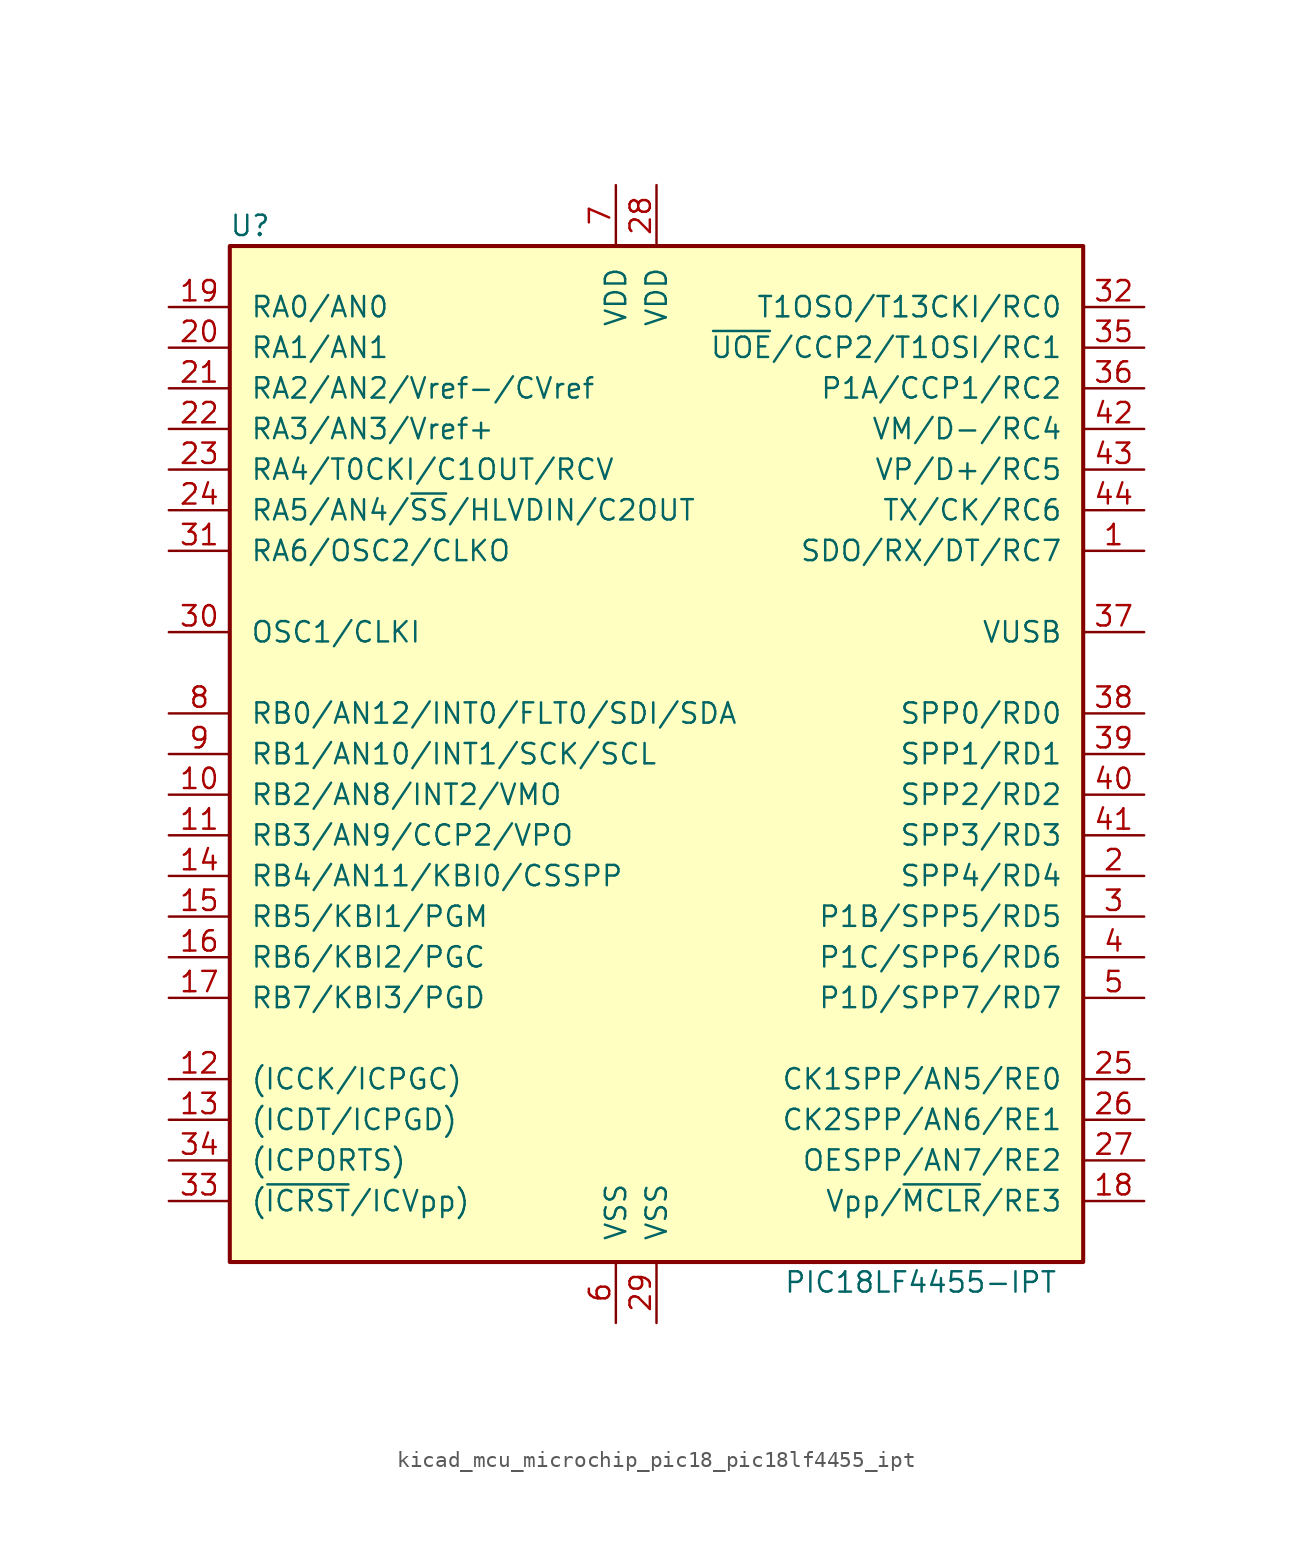
<source format=kicad_sym>
(kicad_symbol_lib
  (version 20220914)
  (generator kicad_symbol_editor)
  (symbol "kicad_mcu_microchip_pic18_pic18lf4455_ipt"
    (pin_names
      (offset 1.27))
    (property "Reference" "U"
      (at -25.4 33.02 0)
      (effects (font (size 1.27 1.27))))
    (property "Value" "PIC18LF4455-IPT"
      (at 16.51 -33.02 0)
      (effects (font (size 1.27 1.27))))
    (symbol "kicad_mcu_microchip_pic18_pic18lf4455_ipt_0_1"
      (rectangle (start -26.67 31.75) (end 26.67 -31.75) (stroke (width 0.254) (type default)) (fill (type background))))
    (symbol "kicad_mcu_microchip_pic18_pic18lf4455_ipt_1_1"
      (pin bidirectional line (at 30.48 12.7 180) (length 3.81) (name "SDO/RX/DT/RC7" (effects (font (size 1.27 1.27)))) (number "1" (effects (font (size 1.27 1.27)))))
      (pin bidirectional line (at -30.48 -2.54 0) (length 3.81) (name "RB2/AN8/INT2/VMO" (effects (font (size 1.27 1.27)))) (number "10" (effects (font (size 1.27 1.27)))))
      (pin bidirectional line (at -30.48 -5.08 0) (length 3.81) (name "RB3/AN9/CCP2/VPO" (effects (font (size 1.27 1.27)))) (number "11" (effects (font (size 1.27 1.27)))))
      (pin bidirectional line (at -30.48 -20.32 0) (length 3.81) (name "(ICCK/ICPGC)" (effects (font (size 1.27 1.27)))) (number "12" (effects (font (size 1.27 1.27)))))
      (pin bidirectional line (at -30.48 -22.86 0) (length 3.81) (name "(ICDT/ICPGD)" (effects (font (size 1.27 1.27)))) (number "13" (effects (font (size 1.27 1.27)))))
      (pin bidirectional line (at -30.48 -7.62 0) (length 3.81) (name "RB4/AN11/KBI0/CSSPP" (effects (font (size 1.27 1.27)))) (number "14" (effects (font (size 1.27 1.27)))))
      (pin bidirectional line (at -30.48 -10.16 0) (length 3.81) (name "RB5/KBI1/PGM" (effects (font (size 1.27 1.27)))) (number "15" (effects (font (size 1.27 1.27)))))
      (pin bidirectional line (at -30.48 -12.7 0) (length 3.81) (name "RB6/KBI2/PGC" (effects (font (size 1.27 1.27)))) (number "16" (effects (font (size 1.27 1.27)))))
      (pin bidirectional line (at -30.48 -15.24 0) (length 3.81) (name "RB7/KBI3/PGD" (effects (font (size 1.27 1.27)))) (number "17" (effects (font (size 1.27 1.27)))))
      (pin input line (at 30.48 -27.94 180) (length 3.81) (name "Vpp/~{MCLR}/RE3" (effects (font (size 1.27 1.27)))) (number "18" (effects (font (size 1.27 1.27)))))
      (pin bidirectional line (at -30.48 27.94 0) (length 3.81) (name "RA0/AN0" (effects (font (size 1.27 1.27)))) (number "19" (effects (font (size 1.27 1.27)))))
      (pin bidirectional line (at 30.48 -7.62 180) (length 3.81) (name "SPP4/RD4" (effects (font (size 1.27 1.27)))) (number "2" (effects (font (size 1.27 1.27)))))
      (pin bidirectional line (at -30.48 25.4 0) (length 3.81) (name "RA1/AN1" (effects (font (size 1.27 1.27)))) (number "20" (effects (font (size 1.27 1.27)))))
      (pin bidirectional line (at -30.48 22.86 0) (length 3.81) (name "RA2/AN2/Vref-/CVref" (effects (font (size 1.27 1.27)))) (number "21" (effects (font (size 1.27 1.27)))))
      (pin bidirectional line (at -30.48 20.32 0) (length 3.81) (name "RA3/AN3/Vref+" (effects (font (size 1.27 1.27)))) (number "22" (effects (font (size 1.27 1.27)))))
      (pin bidirectional line (at -30.48 17.78 0) (length 3.81) (name "RA4/T0CKI/C1OUT/RCV" (effects (font (size 1.27 1.27)))) (number "23" (effects (font (size 1.27 1.27)))))
      (pin bidirectional line (at -30.48 15.24 0) (length 3.81) (name "RA5/AN4/~{SS}/HLVDIN/C2OUT" (effects (font (size 1.27 1.27)))) (number "24" (effects (font (size 1.27 1.27)))))
      (pin bidirectional line (at 30.48 -20.32 180) (length 3.81) (name "CK1SPP/AN5/RE0" (effects (font (size 1.27 1.27)))) (number "25" (effects (font (size 1.27 1.27)))))
      (pin bidirectional line (at 30.48 -22.86 180) (length 3.81) (name "CK2SPP/AN6/RE1" (effects (font (size 1.27 1.27)))) (number "26" (effects (font (size 1.27 1.27)))))
      (pin bidirectional line (at 30.48 -25.4 180) (length 3.81) (name "OESPP/AN7/RE2" (effects (font (size 1.27 1.27)))) (number "27" (effects (font (size 1.27 1.27)))))
      (pin power_in line (at 0 35.56 270) (length 3.81) (name "VDD" (effects (font (size 1.27 1.27)))) (number "28" (effects (font (size 1.27 1.27)))))
      (pin power_in line (at 0 -35.56 90) (length 3.81) (name "VSS" (effects (font (size 1.27 1.27)))) (number "29" (effects (font (size 1.27 1.27)))))
      (pin bidirectional line (at 30.48 -10.16 180) (length 3.81) (name "P1B/SPP5/RD5" (effects (font (size 1.27 1.27)))) (number "3" (effects (font (size 1.27 1.27)))))
      (pin input line (at -30.48 7.62 0) (length 3.81) (name "OSC1/CLKI" (effects (font (size 1.27 1.27)))) (number "30" (effects (font (size 1.27 1.27)))))
      (pin output line (at -30.48 12.7 0) (length 3.81) (name "RA6/OSC2/CLKO" (effects (font (size 1.27 1.27)))) (number "31" (effects (font (size 1.27 1.27)))))
      (pin bidirectional line (at 30.48 27.94 180) (length 3.81) (name "T1OSO/T13CKI/RC0" (effects (font (size 1.27 1.27)))) (number "32" (effects (font (size 1.27 1.27)))))
      (pin input line (at -30.48 -27.94 0) (length 3.81) (name "(~{ICRST}/ICVpp)" (effects (font (size 1.27 1.27)))) (number "33" (effects (font (size 1.27 1.27)))))
      (pin bidirectional line (at -30.48 -25.4 0) (length 3.81) (name "(ICPORTS)" (effects (font (size 1.27 1.27)))) (number "34" (effects (font (size 1.27 1.27)))))
      (pin bidirectional line (at 30.48 25.4 180) (length 3.81) (name "~{UOE}/CCP2/T1OSI/RC1" (effects (font (size 1.27 1.27)))) (number "35" (effects (font (size 1.27 1.27)))))
      (pin bidirectional line (at 30.48 22.86 180) (length 3.81) (name "P1A/CCP1/RC2" (effects (font (size 1.27 1.27)))) (number "36" (effects (font (size 1.27 1.27)))))
      (pin bidirectional line (at 30.48 7.62 180) (length 3.81) (name "VUSB" (effects (font (size 1.27 1.27)))) (number "37" (effects (font (size 1.27 1.27)))))
      (pin bidirectional line (at 30.48 2.54 180) (length 3.81) (name "SPP0/RD0" (effects (font (size 1.27 1.27)))) (number "38" (effects (font (size 1.27 1.27)))))
      (pin bidirectional line (at 30.48 0 180) (length 3.81) (name "SPP1/RD1" (effects (font (size 1.27 1.27)))) (number "39" (effects (font (size 1.27 1.27)))))
      (pin bidirectional line (at 30.48 -12.7 180) (length 3.81) (name "P1C/SPP6/RD6" (effects (font (size 1.27 1.27)))) (number "4" (effects (font (size 1.27 1.27)))))
      (pin bidirectional line (at 30.48 -2.54 180) (length 3.81) (name "SPP2/RD2" (effects (font (size 1.27 1.27)))) (number "40" (effects (font (size 1.27 1.27)))))
      (pin bidirectional line (at 30.48 -5.08 180) (length 3.81) (name "SPP3/RD3" (effects (font (size 1.27 1.27)))) (number "41" (effects (font (size 1.27 1.27)))))
      (pin bidirectional line (at 30.48 20.32 180) (length 3.81) (name "VM/D-/RC4" (effects (font (size 1.27 1.27)))) (number "42" (effects (font (size 1.27 1.27)))))
      (pin bidirectional line (at 30.48 17.78 180) (length 3.81) (name "VP/D+/RC5" (effects (font (size 1.27 1.27)))) (number "43" (effects (font (size 1.27 1.27)))))
      (pin bidirectional line (at 30.48 15.24 180) (length 3.81) (name "TX/CK/RC6" (effects (font (size 1.27 1.27)))) (number "44" (effects (font (size 1.27 1.27)))))
      (pin bidirectional line (at 30.48 -15.24 180) (length 3.81) (name "P1D/SPP7/RD7" (effects (font (size 1.27 1.27)))) (number "5" (effects (font (size 1.27 1.27)))))
      (pin power_in line (at -2.54 -35.56 90) (length 3.81) (name "VSS" (effects (font (size 1.27 1.27)))) (number "6" (effects (font (size 1.27 1.27)))))
      (pin power_in line (at -2.54 35.56 270) (length 3.81) (name "VDD" (effects (font (size 1.27 1.27)))) (number "7" (effects (font (size 1.27 1.27)))))
      (pin bidirectional line (at -30.48 2.54 0) (length 3.81) (name "RB0/AN12/INT0/FLT0/SDI/SDA" (effects (font (size 1.27 1.27)))) (number "8" (effects (font (size 1.27 1.27)))))
      (pin bidirectional line (at -30.48 0 0) (length 3.81) (name "RB1/AN10/INT1/SCK/SCL" (effects (font (size 1.27 1.27)))) (number "9" (effects (font (size 1.27 1.27))))))))
</source>
